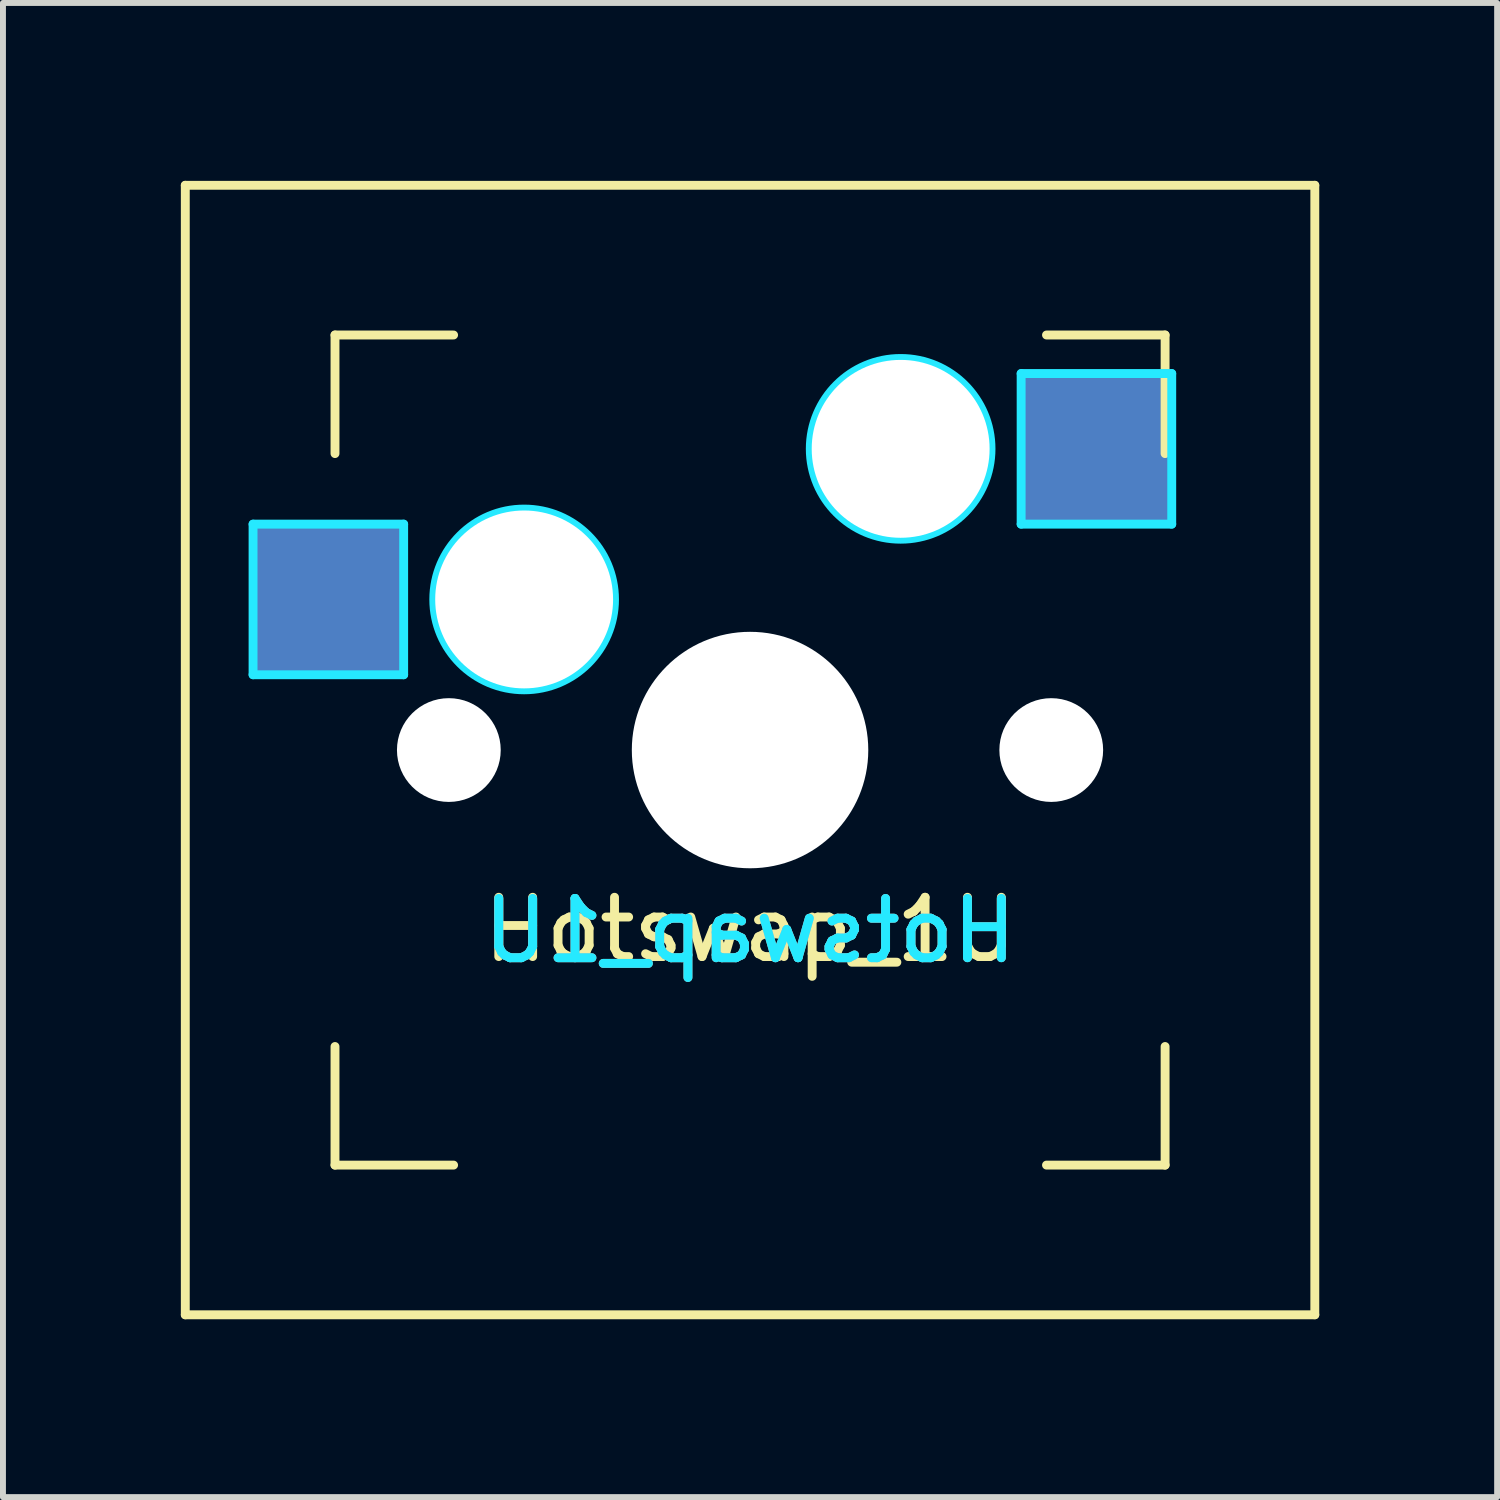
<source format=kicad_pcb>
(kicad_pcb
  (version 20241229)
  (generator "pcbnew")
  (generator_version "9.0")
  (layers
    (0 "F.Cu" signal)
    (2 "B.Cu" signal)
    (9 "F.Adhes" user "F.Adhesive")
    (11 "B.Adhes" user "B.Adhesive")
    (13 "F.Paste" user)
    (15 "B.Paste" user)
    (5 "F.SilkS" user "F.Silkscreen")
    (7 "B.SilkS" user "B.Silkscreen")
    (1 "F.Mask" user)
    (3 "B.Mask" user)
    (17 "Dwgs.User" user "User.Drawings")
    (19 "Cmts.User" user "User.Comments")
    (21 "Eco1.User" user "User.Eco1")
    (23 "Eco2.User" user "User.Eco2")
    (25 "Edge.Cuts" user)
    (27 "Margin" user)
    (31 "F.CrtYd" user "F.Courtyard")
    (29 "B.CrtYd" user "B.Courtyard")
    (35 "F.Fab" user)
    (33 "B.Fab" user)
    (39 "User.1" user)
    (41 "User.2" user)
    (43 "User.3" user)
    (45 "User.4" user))
  (footprint "Hotswap_1U"
    (layer "F.Cu")
    (at 9.6 9.6)
    (property "Reference" "Hotswap_1U" (at 0 3.048 0) (layer "B.CrtYd") (effects (font (size 1 1) (thickness 0.15)) (justify mirror)))
    (attr smd)
    (fp_line (start -9.525 -9.525) (end 9.525 -9.525) (stroke (width 0.15) (type solid)) (layer "F.SilkS"))
    (fp_line (start -9.525 9.525) (end -9.525 -9.525) (stroke (width 0.15) (type solid)) (layer "F.SilkS"))
    (fp_line (start -7 -7) (end -7 -5) (stroke (width 0.15) (type solid)) (layer "F.SilkS"))
    (fp_line (start -7 5) (end -7 7) (stroke (width 0.15) (type solid)) (layer "F.SilkS"))
    (fp_line (start -7 7) (end -5 7) (stroke (width 0.15) (type solid)) (layer "F.SilkS"))
    (fp_line (start -5 -7) (end -7 -7) (stroke (width 0.15) (type solid)) (layer "F.SilkS"))
    (fp_line (start 5 -7) (end 7 -7) (stroke (width 0.15) (type solid)) (layer "F.SilkS"))
    (fp_line (start 5 7) (end 7 7) (stroke (width 0.15) (type solid)) (layer "F.SilkS"))
    (fp_line (start 7 -7) (end 7 -5) (stroke (width 0.15) (type solid)) (layer "F.SilkS"))
    (fp_line (start 7 7) (end 7 5) (stroke (width 0.15) (type solid)) (layer "F.SilkS"))
    (fp_line (start 9.525 -9.525) (end 9.525 9.525) (stroke (width 0.15) (type solid)) (layer "F.SilkS"))
    (fp_line (start 9.525 9.525) (end -9.525 9.525) (stroke (width 0.15) (type solid)) (layer "F.SilkS"))
    (fp_line (start -8.382 -3.81) (end -8.382 -1.27) (stroke (width 0.15) (type solid)) (layer "B.CrtYd"))
    (fp_line (start -8.382 -1.27) (end -5.842 -1.27) (stroke (width 0.15) (type solid)) (layer "B.CrtYd"))
    (fp_line (start -5.842 -3.81) (end -8.382 -3.81) (stroke (width 0.15) (type solid)) (layer "B.CrtYd"))
    (fp_line (start -5.842 -1.27) (end -5.842 -3.81) (stroke (width 0.15) (type solid)) (layer "B.CrtYd"))
    (fp_line (start 4.572 -6.35) (end 7.112 -6.35) (stroke (width 0.15) (type solid)) (layer "B.CrtYd"))
    (fp_line (start 4.572 -3.81) (end 4.572 -6.35) (stroke (width 0.15) (type solid)) (layer "B.CrtYd"))
    (fp_line (start 7.112 -6.35) (end 7.112 -3.81) (stroke (width 0.15) (type solid)) (layer "B.CrtYd"))
    (fp_line (start 7.112 -3.81) (end 4.572 -3.81) (stroke (width 0.15) (type solid)) (layer "B.CrtYd"))
    (fp_circle (center -3.81 -2.54) (end -3.81 -4.064) (stroke (width 0.15) (type solid)) (fill no) (layer "B.CrtYd"))
    (fp_circle (center 2.54 -5.08) (end 2.54 -6.604) (stroke (width 0.15) (type solid)) (fill no) (layer "B.CrtYd"))
    (fp_text user "${REFERENCE}" (at 0 3.028 0) (layer "F.SilkS") (effects (font (size 1 1) (thickness 0.15))))
    (fp_text user "${REFERENCE}" (at 0 3.048 0) (layer "B.SilkS") (effects (font (size 1 1) (thickness 0.15)) (justify mirror)))
    (pad "" np_thru_hole circle (at -5.08 0 48.1) (size 1.75 1.75) (drill 1.75) (layers "*.Cu" "*.Mask"))
    (pad "" np_thru_hole circle (at -3.81 -2.54) (size 3 3) (drill 3) (layers "*.Cu" "*.Mask"))
    (pad "" np_thru_hole circle (at 0 0) (size 3.988 3.988) (drill 3.988) (layers "*.Cu" "*.Mask"))
    (pad "" np_thru_hole circle (at 2.54 -5.08) (size 3 3) (drill 3) (layers "*.Cu" "*.Mask"))
    (pad "" np_thru_hole circle (at 5.08 0 48.1) (size 1.75 1.75) (drill 1.75) (layers "*.Cu" "*.Mask"))
    (pad "1" smd rect (at -7.085 -2.54) (size 2.55 2.5) (layers "B.Cu" "B.Mask" "B.Paste"))
    (pad "2" smd rect (at 5.842 -5.08) (size 2.55 2.5) (layers "B.Cu" "B.Mask" "B.Paste")))
  (gr_rect
    (start -3 -3)
    (end 22.2 22.2)
    (stroke (width 0.1) (type default))
    (fill no)
    (layer "Edge.Cuts")))
</source>
